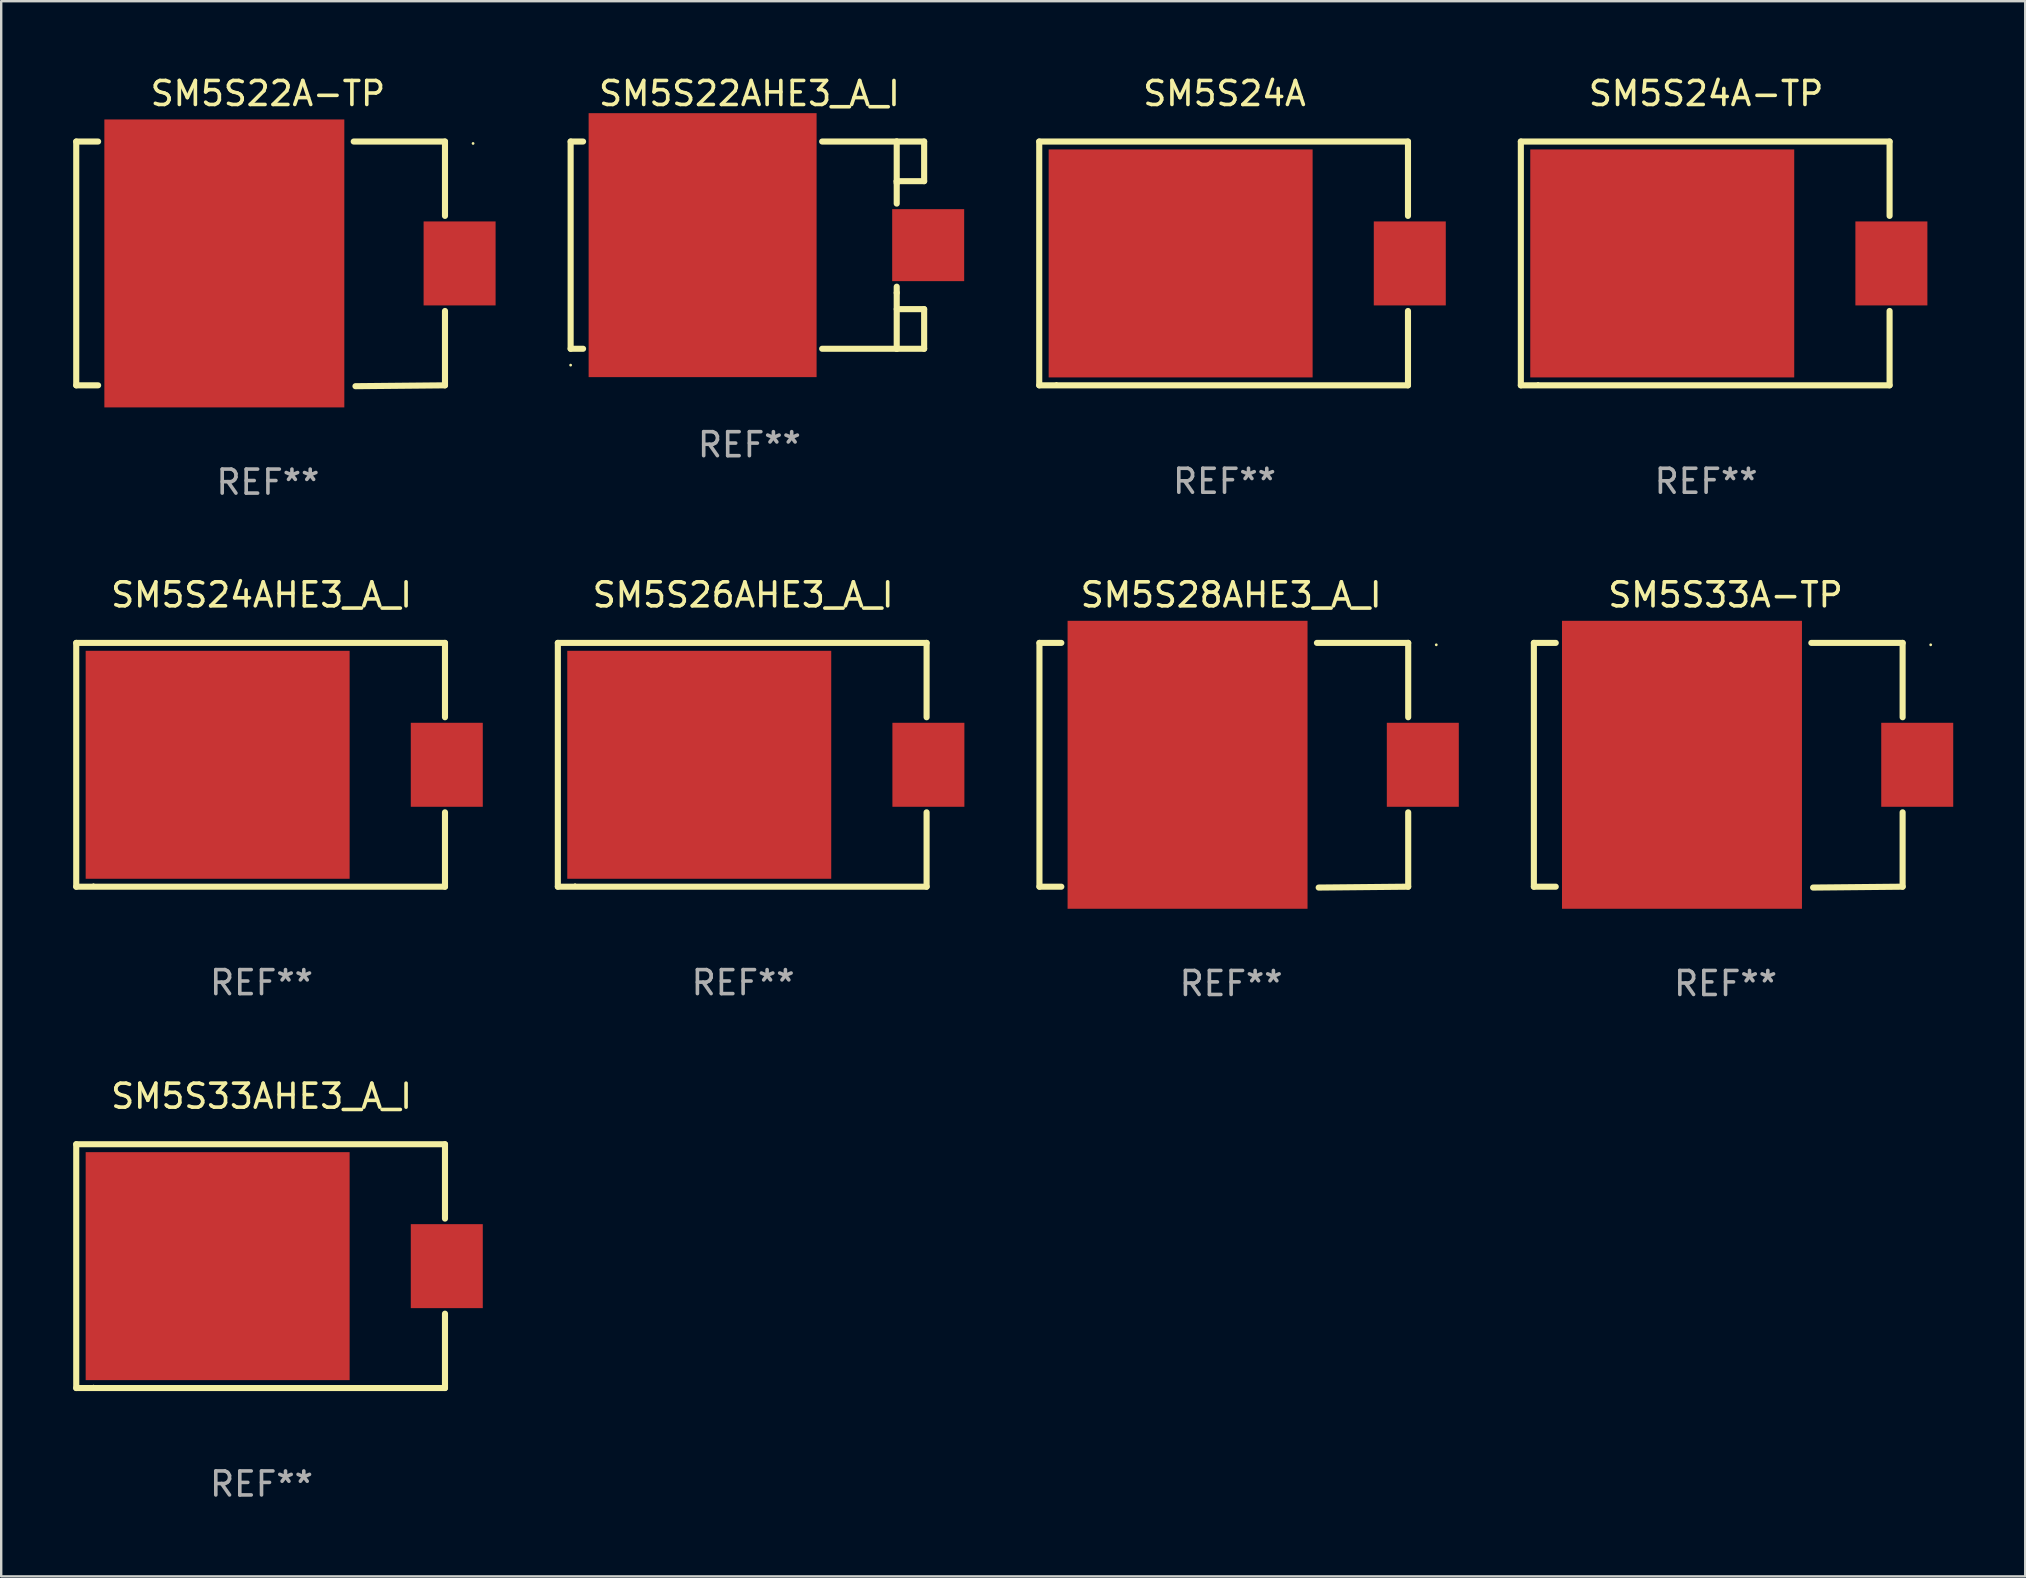
<source format=kicad_pcb>
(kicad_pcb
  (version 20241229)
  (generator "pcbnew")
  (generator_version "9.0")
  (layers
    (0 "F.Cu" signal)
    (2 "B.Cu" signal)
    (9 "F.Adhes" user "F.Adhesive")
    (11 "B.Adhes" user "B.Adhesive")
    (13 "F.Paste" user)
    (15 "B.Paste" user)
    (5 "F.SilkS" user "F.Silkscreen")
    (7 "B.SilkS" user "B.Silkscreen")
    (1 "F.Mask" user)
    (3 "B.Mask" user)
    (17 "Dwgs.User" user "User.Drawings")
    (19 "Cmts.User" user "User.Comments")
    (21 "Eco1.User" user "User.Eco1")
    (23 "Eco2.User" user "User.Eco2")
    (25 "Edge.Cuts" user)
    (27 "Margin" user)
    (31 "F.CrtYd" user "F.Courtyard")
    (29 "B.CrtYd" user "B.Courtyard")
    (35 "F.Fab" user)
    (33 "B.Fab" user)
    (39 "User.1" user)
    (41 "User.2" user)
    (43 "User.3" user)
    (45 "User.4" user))
  (footprint "SM5S24A"
    (layer "F.Cu")
    (at 47.979 7.928)
    (property "Reference" "SM5S24A" (at 0 -7.08 0) (layer "F.SilkS") (effects (font (size 1 1) (thickness 0.15))))
    (attr through_hole)
    (fp_line (start -7.721 -5.08) (end 7.646 -5.08) (stroke (width 0.254) (type solid)) (layer "F.SilkS"))
    (fp_line (start -7.721 5.08) (end -7.721 -5.08) (stroke (width 0.254) (type solid)) (layer "F.SilkS"))
    (fp_line (start 7.646 -5.08) (end 7.646 -1.981) (stroke (width 0.254) (type solid)) (layer "F.SilkS"))
    (fp_line (start 7.646 1.981) (end 7.646 5.08) (stroke (width 0.254) (type solid)) (layer "F.SilkS"))
    (fp_line (start 7.646 5.08) (end -7.721 5.08) (stroke (width 0.254) (type solid)) (layer "F.SilkS"))
    (fp_circle (center -7.003 5) (end -6.973 5) (stroke (width 0.06) (type solid)) (fill no) (layer "F.SilkS"))
    (fp_text user "REF**" (at 0 9.08 0) (layer "F.Fab") (effects (font (size 1 1) (thickness 0.15))))
    (pad "1" smd rect (at -1.828 0) (size 11 9.5) (layers "F.Cu" "F.Mask" "F.Paste"))
    (pad "2" smd rect (at 7.721 0 90) (size 3.5 3) (layers "F.Cu" "F.Mask" "F.Paste")))
  (footprint "SM5S28AHE3_A_I"
    (layer "F.Cu")
    (at 48.255 28.839)
    (property "Reference" "SM5S28AHE3_A_I" (at 0 -7.098 0) (layer "F.SilkS") (effects (font (size 1 1) (thickness 0.15))))
    (attr through_hole)
    (fp_line (start -7.988 -5.098) (end -7.076 -5.098) (stroke (width 0.254) (type solid)) (layer "F.SilkS"))
    (fp_line (start -7.988 5.062) (end -7.988 -5.098) (stroke (width 0.254) (type solid)) (layer "F.SilkS"))
    (fp_line (start -7.076 5.062) (end -7.988 5.062) (stroke (width 0.254) (type solid)) (layer "F.SilkS"))
    (fp_line (start 3.575 -5.098) (end 7.379 -5.098) (stroke (width 0.254) (type solid)) (layer "F.SilkS"))
    (fp_line (start 7.379 -5.098) (end 7.379 -1.999) (stroke (width 0.254) (type solid)) (layer "F.SilkS"))
    (fp_line (start 7.379 1.963) (end 7.379 5.062) (stroke (width 0.254) (type solid)) (layer "F.SilkS"))
    (fp_line (start 7.379 5.062) (end 3.648 5.098) (stroke (width 0.254) (type solid)) (layer "F.SilkS"))
    (fp_circle (center 8.549 -5.018) (end 8.579 -5.018) (stroke (width 0.06) (type solid)) (fill no) (layer "F.SilkS"))
    (fp_text user "REF**" (at 0 9.098 0) (layer "F.Fab") (effects (font (size 1 1) (thickness 0.15))))
    (pad "1" smd rect (at 7.988 -0.018 90) (size 3.5 3) (layers "F.Cu" "F.Mask" "F.Paste"))
    (pad "2" smd rect (at -1.816 -0.018 90) (size 12 10) (layers "F.Cu" "F.Mask" "F.Paste")))
  (footprint "SM5S26AHE3_A_I"
    (layer "F.Cu")
    (at 27.918 28.821)
    (property "Reference" "SM5S26AHE3_A_I" (at 0 -7.08 0) (layer "F.SilkS") (effects (font (size 1 1) (thickness 0.15))))
    (attr through_hole)
    (fp_line (start -7.721 -5.08) (end 7.646 -5.08) (stroke (width 0.254) (type solid)) (layer "F.SilkS"))
    (fp_line (start -7.721 5.08) (end -7.721 -5.08) (stroke (width 0.254) (type solid)) (layer "F.SilkS"))
    (fp_line (start 7.646 -5.08) (end 7.646 -1.981) (stroke (width 0.254) (type solid)) (layer "F.SilkS"))
    (fp_line (start 7.646 1.981) (end 7.646 5.08) (stroke (width 0.254) (type solid)) (layer "F.SilkS"))
    (fp_line (start 7.646 5.08) (end -7.721 5.08) (stroke (width 0.254) (type solid)) (layer "F.SilkS"))
    (fp_circle (center -7.003 5) (end -6.973 5) (stroke (width 0.06) (type solid)) (fill no) (layer "F.SilkS"))
    (fp_text user "REF**" (at 0 9.08 0) (layer "F.Fab") (effects (font (size 1 1) (thickness 0.15))))
    (pad "1" smd rect (at -1.828 0) (size 11 9.5) (layers "F.Cu" "F.Mask" "F.Paste"))
    (pad "2" smd rect (at 7.721 0 90) (size 3.5 3) (layers "F.Cu" "F.Mask" "F.Paste")))
  (footprint "SM5S33AHE3_A_I"
    (layer "F.Cu")
    (at 7.848 49.714)
    (property "Reference" "SM5S33AHE3_A_I" (at 0 -7.08 0) (layer "F.SilkS") (effects (font (size 1 1) (thickness 0.15))))
    (attr through_hole)
    (fp_line (start -7.721 -5.08) (end 7.646 -5.08) (stroke (width 0.254) (type solid)) (layer "F.SilkS"))
    (fp_line (start -7.721 5.08) (end -7.721 -5.08) (stroke (width 0.254) (type solid)) (layer "F.SilkS"))
    (fp_line (start 7.646 -5.08) (end 7.646 -1.981) (stroke (width 0.254) (type solid)) (layer "F.SilkS"))
    (fp_line (start 7.646 1.981) (end 7.646 5.08) (stroke (width 0.254) (type solid)) (layer "F.SilkS"))
    (fp_line (start 7.646 5.08) (end -7.721 5.08) (stroke (width 0.254) (type solid)) (layer "F.SilkS"))
    (fp_circle (center -7.003 5) (end -6.973 5) (stroke (width 0.06) (type solid)) (fill no) (layer "F.SilkS"))
    (fp_text user "REF**" (at 0 9.08 0) (layer "F.Fab") (effects (font (size 1 1) (thickness 0.15))))
    (pad "1" smd rect (at -1.828 0) (size 11 9.5) (layers "F.Cu" "F.Mask" "F.Paste"))
    (pad "2" smd rect (at 7.721 0 90) (size 3.5 3) (layers "F.Cu" "F.Mask" "F.Paste")))
  (footprint "SM5S22A-TP"
    (layer "F.Cu")
    (at 8.115 7.946)
    (property "Reference" "SM5S22A-TP" (at 0 -7.098 0) (layer "F.SilkS") (effects (font (size 1 1) (thickness 0.15))))
    (attr through_hole)
    (fp_line (start -7.988 -5.098) (end -7.076 -5.098) (stroke (width 0.254) (type solid)) (layer "F.SilkS"))
    (fp_line (start -7.988 5.062) (end -7.988 -5.098) (stroke (width 0.254) (type solid)) (layer "F.SilkS"))
    (fp_line (start -7.076 5.062) (end -7.988 5.062) (stroke (width 0.254) (type solid)) (layer "F.SilkS"))
    (fp_line (start 3.575 -5.098) (end 7.379 -5.098) (stroke (width 0.254) (type solid)) (layer "F.SilkS"))
    (fp_line (start 7.379 -5.098) (end 7.379 -1.999) (stroke (width 0.254) (type solid)) (layer "F.SilkS"))
    (fp_line (start 7.379 1.963) (end 7.379 5.062) (stroke (width 0.254) (type solid)) (layer "F.SilkS"))
    (fp_line (start 7.379 5.062) (end 3.648 5.098) (stroke (width 0.254) (type solid)) (layer "F.SilkS"))
    (fp_circle (center 8.549 -5.018) (end 8.579 -5.018) (stroke (width 0.06) (type solid)) (fill no) (layer "F.SilkS"))
    (fp_text user "REF**" (at 0 9.098 0) (layer "F.Fab") (effects (font (size 1 1) (thickness 0.15))))
    (pad "1" smd rect (at 7.988 -0.018 90) (size 3.5 3) (layers "F.Cu" "F.Mask" "F.Paste"))
    (pad "2" smd rect (at -1.816 -0.018 90) (size 12 10) (layers "F.Cu" "F.Mask" "F.Paste")))
  (footprint "SM5S33A-TP"
    (layer "F.Cu")
    (at 68.859 28.839)
    (property "Reference" "SM5S33A-TP" (at 0 -7.098 0) (layer "F.SilkS") (effects (font (size 1 1) (thickness 0.15))))
    (attr through_hole)
    (fp_line (start -7.988 -5.098) (end -7.076 -5.098) (stroke (width 0.254) (type solid)) (layer "F.SilkS"))
    (fp_line (start -7.988 5.062) (end -7.988 -5.098) (stroke (width 0.254) (type solid)) (layer "F.SilkS"))
    (fp_line (start -7.076 5.062) (end -7.988 5.062) (stroke (width 0.254) (type solid)) (layer "F.SilkS"))
    (fp_line (start 3.575 -5.098) (end 7.379 -5.098) (stroke (width 0.254) (type solid)) (layer "F.SilkS"))
    (fp_line (start 7.379 -5.098) (end 7.379 -1.999) (stroke (width 0.254) (type solid)) (layer "F.SilkS"))
    (fp_line (start 7.379 1.963) (end 7.379 5.062) (stroke (width 0.254) (type solid)) (layer "F.SilkS"))
    (fp_line (start 7.379 5.062) (end 3.648 5.098) (stroke (width 0.254) (type solid)) (layer "F.SilkS"))
    (fp_circle (center 8.549 -5.018) (end 8.579 -5.018) (stroke (width 0.06) (type solid)) (fill no) (layer "F.SilkS"))
    (fp_text user "REF**" (at 0 9.098 0) (layer "F.Fab") (effects (font (size 1 1) (thickness 0.15))))
    (pad "1" smd rect (at 7.988 -0.018 90) (size 3.5 3) (layers "F.Cu" "F.Mask" "F.Paste"))
    (pad "2" smd rect (at -1.816 -0.018 90) (size 12 10) (layers "F.Cu" "F.Mask" "F.Paste")))
  (footprint "SM5S22AHE3_A_I"
    (layer "F.Cu")
    (at 28.18 7.166)
    (property "Reference" "SM5S22AHE3_A_I" (at 0 -6.318 0) (layer "F.SilkS") (effects (font (size 1 1) (thickness 0.15))))
    (attr through_hole)
    (fp_line (start -7.45 -4.318) (end -7.45 4.318) (stroke (width 0.254) (type solid)) (layer "F.SilkS"))
    (fp_line (start -7.45 4.318) (end -6.931 4.318) (stroke (width 0.254) (type solid)) (layer "F.SilkS"))
    (fp_line (start -6.931 -4.318) (end -7.45 -4.318) (stroke (width 0.254) (type solid)) (layer "F.SilkS"))
    (fp_line (start 3.031 4.318) (end 6.139 4.318) (stroke (width 0.254) (type solid)) (layer "F.SilkS"))
    (fp_line (start 6.139 -4.318) (end 3.031 -4.318) (stroke (width 0.254) (type solid)) (layer "F.SilkS"))
    (fp_line (start 6.139 -4.318) (end 7.282 -4.318) (stroke (width 0.254) (type solid)) (layer "F.SilkS"))
    (fp_line (start 6.139 -2.667) (end 6.139 -2.586) (stroke (width 0.254) (type solid)) (layer "F.SilkS"))
    (fp_line (start 6.139 -1.731) (end 6.139 -4.318) (stroke (width 0.254) (type solid)) (layer "F.SilkS"))
    (fp_line (start 6.139 1.985) (end 6.139 1.731) (stroke (width 0.254) (type solid)) (layer "F.SilkS"))
    (fp_line (start 6.139 2.667) (end 7.282 2.667) (stroke (width 0.254) (type solid)) (layer "F.SilkS"))
    (fp_line (start 6.139 4.318) (end 6.139 1.985) (stroke (width 0.254) (type solid)) (layer "F.SilkS"))
    (fp_line (start 7.282 -4.318) (end 7.282 -2.667) (stroke (width 0.254) (type solid)) (layer "F.SilkS"))
    (fp_line (start 7.282 -2.667) (end 6.139 -2.667) (stroke (width 0.254) (type solid)) (layer "F.SilkS"))
    (fp_line (start 7.282 2.667) (end 7.282 4.318) (stroke (width 0.254) (type solid)) (layer "F.SilkS"))
    (fp_line (start 7.282 4.318) (end 6.139 4.318) (stroke (width 0.254) (type solid)) (layer "F.SilkS"))
    (fp_circle (center -7.45 5) (end -7.42 5) (stroke (width 0.06) (type solid)) (fill no) (layer "F.SilkS"))
    (fp_text user "REF**" (at 0 8.318 0) (layer "F.Fab") (effects (font (size 1 1) (thickness 0.15))))
    (pad "1" smd rect (at -1.95 0) (size 9.5 11) (layers "F.Cu" "F.Mask" "F.Paste"))
    (pad "2" smd rect (at 7.45 0) (size 3 3) (layers "F.Cu" "F.Mask" "F.Paste")))
  (footprint "SM5S24A-TP"
    (layer "F.Cu")
    (at 68.049 7.928)
    (property "Reference" "SM5S24A-TP" (at 0 -7.08 0) (layer "F.SilkS") (effects (font (size 1 1) (thickness 0.15))))
    (attr through_hole)
    (fp_line (start -7.721 -5.08) (end 7.646 -5.08) (stroke (width 0.254) (type solid)) (layer "F.SilkS"))
    (fp_line (start -7.721 5.08) (end -7.721 -5.08) (stroke (width 0.254) (type solid)) (layer "F.SilkS"))
    (fp_line (start 7.646 -5.08) (end 7.646 -1.981) (stroke (width 0.254) (type solid)) (layer "F.SilkS"))
    (fp_line (start 7.646 1.981) (end 7.646 5.08) (stroke (width 0.254) (type solid)) (layer "F.SilkS"))
    (fp_line (start 7.646 5.08) (end -7.721 5.08) (stroke (width 0.254) (type solid)) (layer "F.SilkS"))
    (fp_circle (center -7.003 5) (end -6.973 5) (stroke (width 0.06) (type solid)) (fill no) (layer "F.SilkS"))
    (fp_text user "REF**" (at 0 9.08 0) (layer "F.Fab") (effects (font (size 1 1) (thickness 0.15))))
    (pad "1" smd rect (at -1.828 0) (size 11 9.5) (layers "F.Cu" "F.Mask" "F.Paste"))
    (pad "2" smd rect (at 7.721 0 90) (size 3.5 3) (layers "F.Cu" "F.Mask" "F.Paste")))
  (footprint "SM5S24AHE3_A_I"
    (layer "F.Cu")
    (at 7.848 28.821)
    (property "Reference" "SM5S24AHE3_A_I" (at 0 -7.08 0) (layer "F.SilkS") (effects (font (size 1 1) (thickness 0.15))))
    (attr through_hole)
    (fp_line (start -7.721 -5.08) (end 7.646 -5.08) (stroke (width 0.254) (type solid)) (layer "F.SilkS"))
    (fp_line (start -7.721 5.08) (end -7.721 -5.08) (stroke (width 0.254) (type solid)) (layer "F.SilkS"))
    (fp_line (start 7.646 -5.08) (end 7.646 -1.981) (stroke (width 0.254) (type solid)) (layer "F.SilkS"))
    (fp_line (start 7.646 1.981) (end 7.646 5.08) (stroke (width 0.254) (type solid)) (layer "F.SilkS"))
    (fp_line (start 7.646 5.08) (end -7.721 5.08) (stroke (width 0.254) (type solid)) (layer "F.SilkS"))
    (fp_circle (center -7.003 5) (end -6.973 5) (stroke (width 0.06) (type solid)) (fill no) (layer "F.SilkS"))
    (fp_text user "REF**" (at 0 9.08 0) (layer "F.Fab") (effects (font (size 1 1) (thickness 0.15))))
    (pad "1" smd rect (at -1.828 0) (size 11 9.5) (layers "F.Cu" "F.Mask" "F.Paste"))
    (pad "2" smd rect (at 7.721 0 90) (size 3.5 3) (layers "F.Cu" "F.Mask" "F.Paste")))
  (gr_rect
    (start -3 -3)
    (end 81.347 62.642)
    (stroke (width 0.1) (type default))
    (fill no)
    (layer "Edge.Cuts")))
</source>
